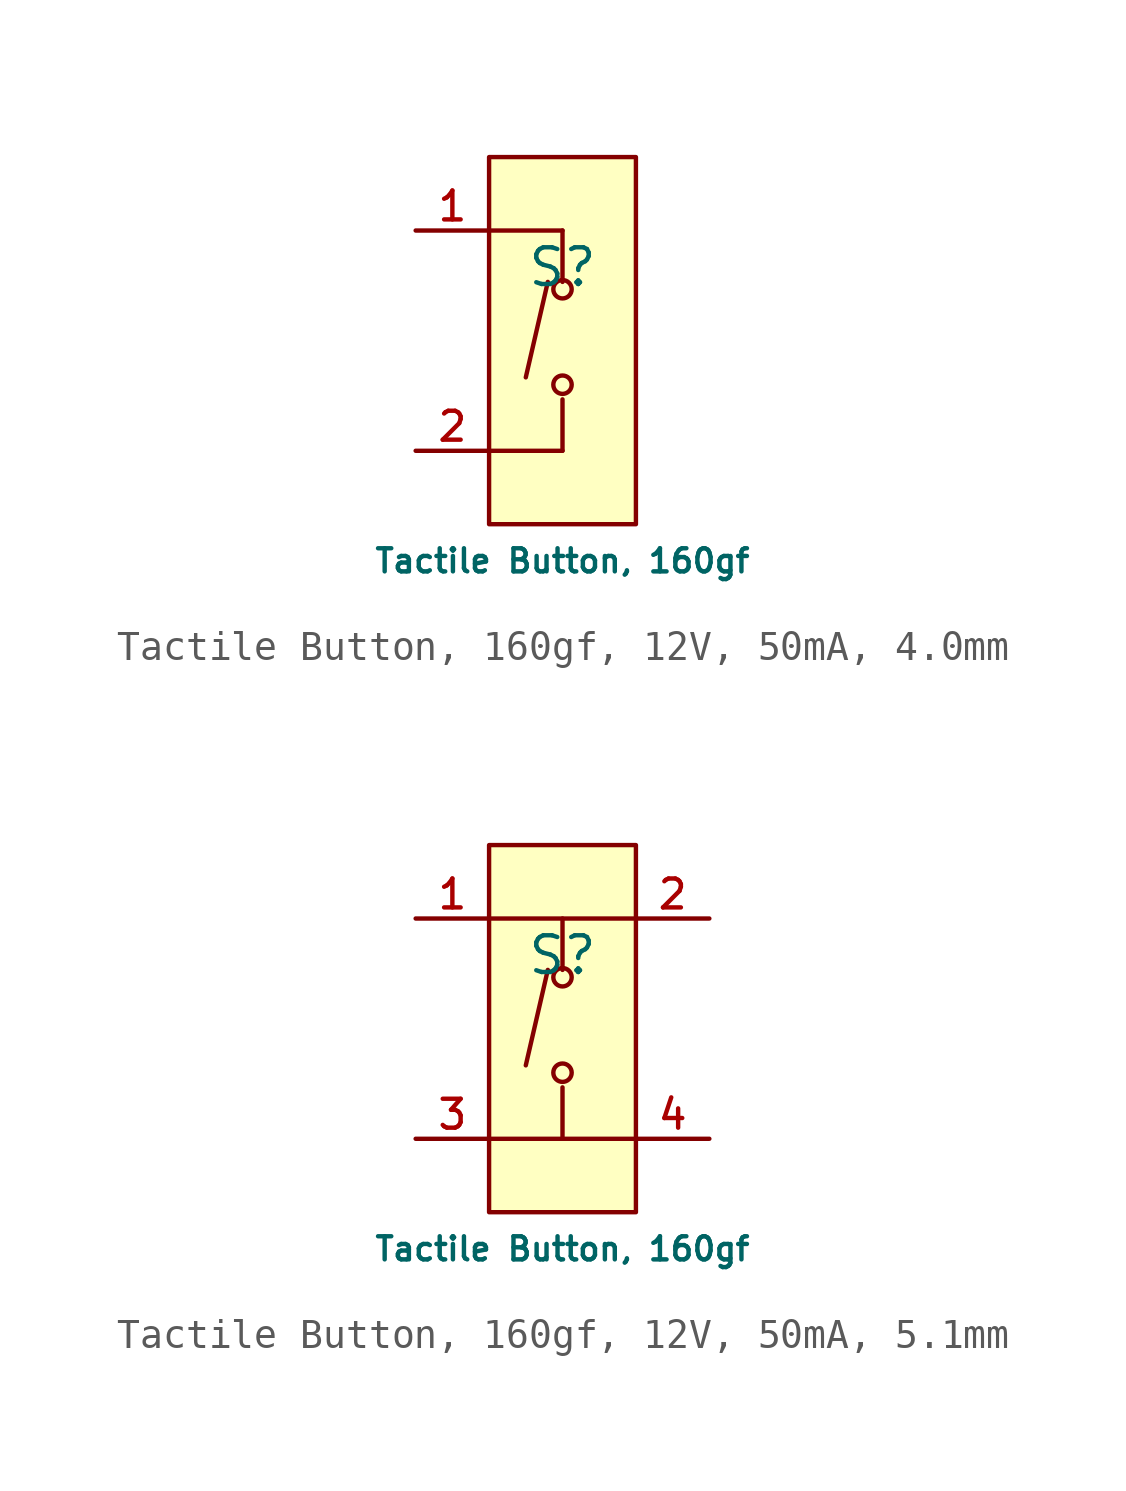
<source format=kicad_sym>
(kicad_symbol_lib
  (version 20231120)
  (generator "kicad_symbol_editor")
  (generator_version "8.0")
  (symbol "Tactile Button, 160gf, 12V, 50mA, 4.0mm"
    (pin_names hide)
    (property "Reference" "S"
      (at 0 1.27 0)
      (effects (font (size 1.27 1.27))))
    (property "Value" "Tactile Button, 160gf"
      (at 0 -8.89 0)
      (effects (font (size 0.8 0.8))))
    (symbol "Tactile Button, 160gf, 12V, 50mA, 4.0mm_0_1"
      (circle (center 0 -2.794) (radius 0.318) (stroke (width 0) (type default)) (fill (type background)))
      (polyline (pts (xy -2.54 -5.08) (xy 0 -5.08)) (stroke (width 0) (type default)) (fill (type none)))
      (polyline (pts (xy -2.54 2.54) (xy 0 2.54)) (stroke (width 0) (type default)) (fill (type none)))
      (polyline (pts (xy -0.508 0.762) (xy -1.27 -2.54)) (stroke (width 0) (type default)) (fill (type none)))
      (polyline (pts (xy 0 -3.302) (xy 0 -5.08)) (stroke (width 0) (type default)) (fill (type none)))
      (polyline (pts (xy 0 0.762) (xy 0 2.54)) (stroke (width 0) (type default)) (fill (type none)))
      (circle (center 0 0.508) (radius 0.318) (stroke (width 0) (type default)) (fill (type background)))
      (pin unspecified line (at -5.08 2.54 0) (length 2.54) (name "A" (effects (font (size 1 1)))) (number "1" (effects (font (size 1 1)))))
      (pin unspecified line (at -5.08 -5.08 0) (length 2.54) (name "B" (effects (font (size 1 1)))) (number "2" (effects (font (size 1 1))))))
    (symbol "Tactile Button, 160gf, 12V, 50mA, 4.0mm_1_1"
      (rectangle (start -2.54 5.08) (end 2.54 -7.62) (stroke (width 0) (type default)) (fill (type background)))))
  (symbol "Tactile Button, 160gf, 12V, 50mA, 5.1mm"
    (pin_names hide)
    (property "Reference" "S"
      (at 0 1.27 0)
      (effects (font (size 1.27 1.27))))
    (property "Value" "Tactile Button, 160gf"
      (at 0 -8.89 0)
      (effects (font (size 0.8 0.8))))
    (symbol "Tactile Button, 160gf, 12V, 50mA, 5.1mm_0_1"
      (circle (center 0 -2.794) (radius 0.318) (stroke (width 0) (type default)) (fill (type background)))
      (polyline (pts (xy -2.54 -5.08) (xy 2.54 -5.08)) (stroke (width 0) (type default)) (fill (type none)))
      (polyline (pts (xy -2.54 2.54) (xy 2.54 2.54)) (stroke (width 0) (type default)) (fill (type none)))
      (polyline (pts (xy -0.508 0.762) (xy -1.27 -2.54)) (stroke (width 0) (type default)) (fill (type none)))
      (polyline (pts (xy 0 -3.302) (xy 0 -5.08)) (stroke (width 0) (type default)) (fill (type none)))
      (polyline (pts (xy 0 0.762) (xy 0 2.54)) (stroke (width 0) (type default)) (fill (type none)))
      (circle (center 0 0.508) (radius 0.318) (stroke (width 0) (type default)) (fill (type background)))
      (pin unspecified line (at -5.08 2.54 0) (length 2.54) (name "A" (effects (font (size 1 1)))) (number "1" (effects (font (size 1 1)))))
      (pin unspecified line (at 5.08 2.54 180) (length 2.54) (name "B" (effects (font (size 1 1)))) (number "2" (effects (font (size 1 1)))))
      (pin unspecified line (at -5.08 -5.08 0) (length 2.54) (name "C" (effects (font (size 1 1)))) (number "3" (effects (font (size 1 1)))))
      (pin unspecified line (at 5.08 -5.08 180) (length 2.54) (name "D" (effects (font (size 1 1)))) (number "4" (effects (font (size 1 1))))))
    (symbol "Tactile Button, 160gf, 12V, 50mA, 5.1mm_1_1"
      (rectangle (start -2.54 5.08) (end 2.54 -7.62) (stroke (width 0) (type default)) (fill (type background))))))
</source>
